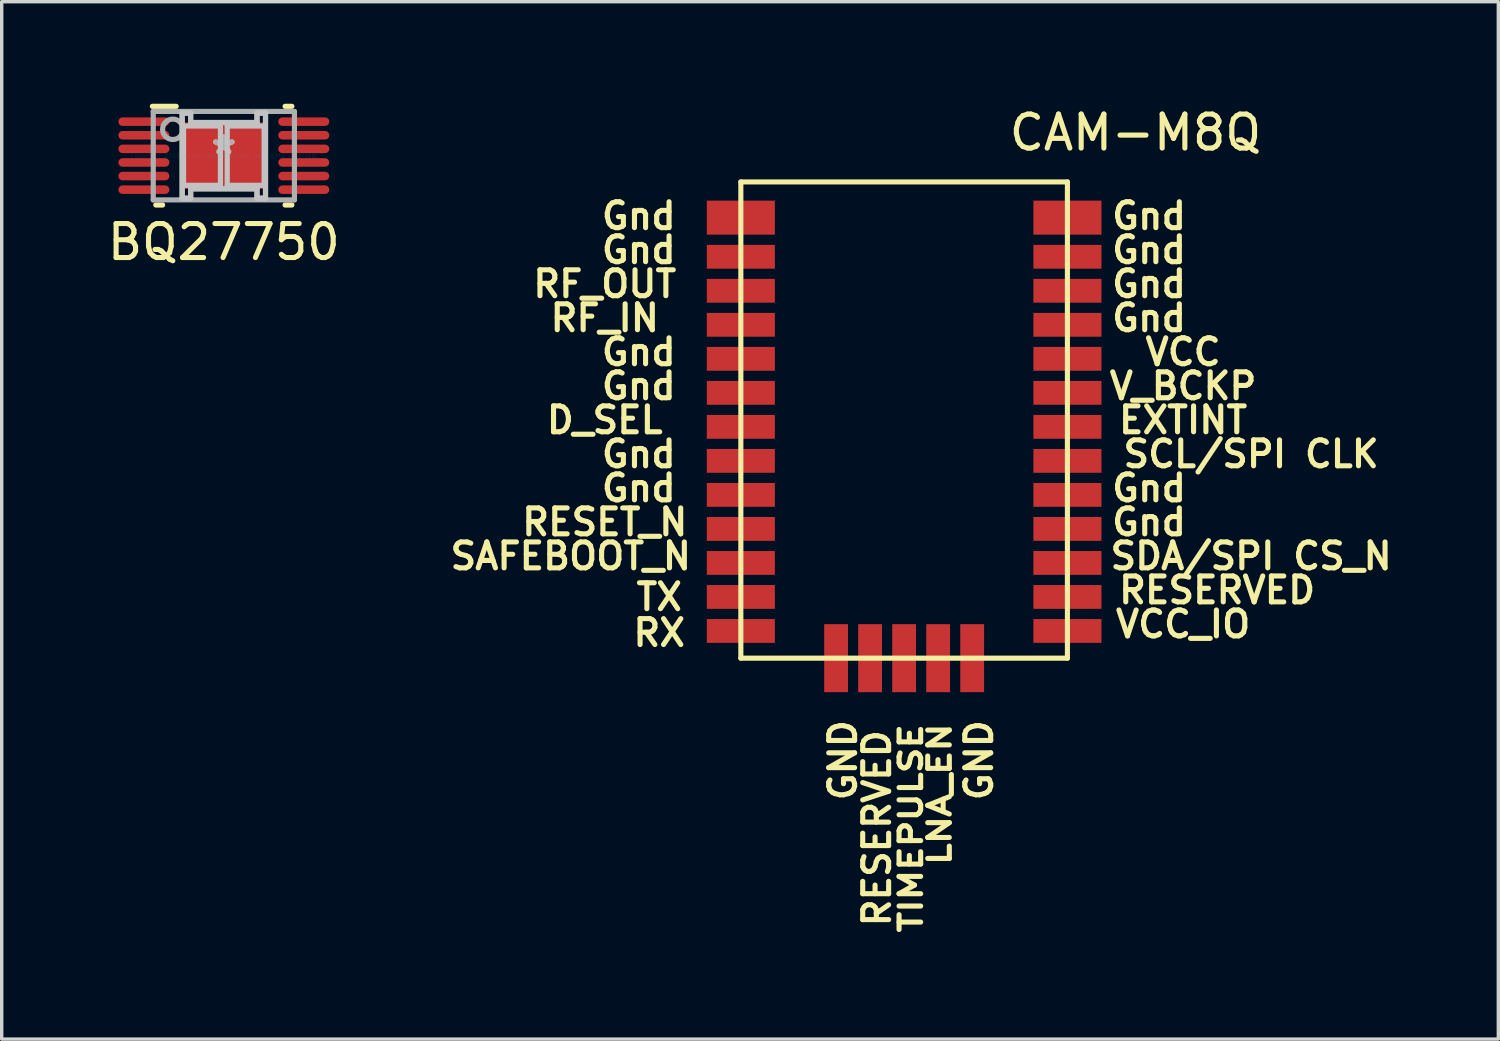
<source format=kicad_pcb>
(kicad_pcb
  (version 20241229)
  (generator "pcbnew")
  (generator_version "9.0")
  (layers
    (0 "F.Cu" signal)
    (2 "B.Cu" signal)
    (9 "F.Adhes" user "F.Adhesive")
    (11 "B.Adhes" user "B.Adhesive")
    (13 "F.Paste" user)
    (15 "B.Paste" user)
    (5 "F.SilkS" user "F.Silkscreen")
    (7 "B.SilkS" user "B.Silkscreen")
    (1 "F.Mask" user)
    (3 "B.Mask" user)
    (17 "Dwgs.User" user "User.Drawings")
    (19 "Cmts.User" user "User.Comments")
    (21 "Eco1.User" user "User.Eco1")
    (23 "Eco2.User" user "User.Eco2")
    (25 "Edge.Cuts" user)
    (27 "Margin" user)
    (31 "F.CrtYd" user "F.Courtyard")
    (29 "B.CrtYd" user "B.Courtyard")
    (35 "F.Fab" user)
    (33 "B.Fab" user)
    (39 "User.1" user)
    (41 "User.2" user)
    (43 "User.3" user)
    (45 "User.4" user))
  (footprint "BQ27750"
    (layer "F.Cu")
    (at 3.53 1.526)
    (property "Reference" "BQ27750" (at 0 2.54 0) (layer "F.SilkS") (effects (font (size 1 1) (thickness 0.15))))
    (attr through_hole)
    (fp_line (start -2.1 -1.45) (end -1.4 -1.45) (stroke (width 0.152) (type solid)) (layer "F.SilkS"))
    (fp_line (start -2 1.45) (end -1.8 1.45) (stroke (width 0.152) (type solid)) (layer "F.SilkS"))
    (fp_line (start 1.8 -1.45) (end 2 -1.45) (stroke (width 0.152) (type solid)) (layer "F.SilkS"))
    (fp_line (start 1.8 1.45) (end 2 1.45) (stroke (width 0.152) (type solid)) (layer "F.SilkS"))
    (fp_line (start -1.225 -1.25) (end -0.975 -1.25) (stroke (width 0.152) (type solid)) (layer "Dwgs.User"))
    (fp_line (start -1.225 -1.25) (end -0.975 -1.25) (stroke (width 0.152) (type solid)) (layer "Dwgs.User"))
    (fp_line (start -1.225 1.25) (end -1.225 -1.25) (stroke (width 0.152) (type solid)) (layer "Dwgs.User"))
    (fp_line (start -1.225 1.25) (end -1.225 -1.25) (stroke (width 0.152) (type solid)) (layer "Dwgs.User"))
    (fp_line (start -1.184 -0.872) (end -1.184 0.872) (stroke (width 0.152) (type solid)) (layer "Dwgs.User"))
    (fp_line (start -1.184 0.872) (end -0.1 0.872) (stroke (width 0.152) (type solid)) (layer "Dwgs.User"))
    (fp_line (start -0.975 -1.25) (end -0.975 -0.975) (stroke (width 0.152) (type solid)) (layer "Dwgs.User"))
    (fp_line (start -0.975 -1.25) (end -0.975 -0.975) (stroke (width 0.152) (type solid)) (layer "Dwgs.User"))
    (fp_line (start -0.975 -0.975) (end 0.975 -0.975) (stroke (width 0.152) (type solid)) (layer "Dwgs.User"))
    (fp_line (start -0.975 -0.975) (end 0.975 -0.975) (stroke (width 0.152) (type solid)) (layer "Dwgs.User"))
    (fp_line (start -0.975 0.975) (end -0.975 1.25) (stroke (width 0.152) (type solid)) (layer "Dwgs.User"))
    (fp_line (start -0.975 0.975) (end -0.975 1.25) (stroke (width 0.152) (type solid)) (layer "Dwgs.User"))
    (fp_line (start -0.975 1.25) (end -1.225 1.25) (stroke (width 0.152) (type solid)) (layer "Dwgs.User"))
    (fp_line (start -0.975 1.25) (end -1.225 1.25) (stroke (width 0.152) (type solid)) (layer "Dwgs.User"))
    (fp_line (start -0.1 -0.872) (end -1.184 -0.872) (stroke (width 0.152) (type solid)) (layer "Dwgs.User"))
    (fp_line (start -0.1 0.872) (end -0.1 -0.872) (stroke (width 0.152) (type solid)) (layer "Dwgs.User"))
    (fp_line (start 0.1 -0.872) (end 0.1 0.872) (stroke (width 0.152) (type solid)) (layer "Dwgs.User"))
    (fp_line (start 0.1 0.872) (end 1.184 0.872) (stroke (width 0.152) (type solid)) (layer "Dwgs.User"))
    (fp_line (start 0.975 -1.25) (end 1.225 -1.25) (stroke (width 0.152) (type solid)) (layer "Dwgs.User"))
    (fp_line (start 0.975 -1.25) (end 1.225 -1.25) (stroke (width 0.152) (type solid)) (layer "Dwgs.User"))
    (fp_line (start 0.975 -0.975) (end 0.975 -1.25) (stroke (width 0.152) (type solid)) (layer "Dwgs.User"))
    (fp_line (start 0.975 -0.975) (end 0.975 -1.25) (stroke (width 0.152) (type solid)) (layer "Dwgs.User"))
    (fp_line (start 0.975 0.975) (end -0.975 0.975) (stroke (width 0.152) (type solid)) (layer "Dwgs.User"))
    (fp_line (start 0.975 0.975) (end -0.975 0.975) (stroke (width 0.152) (type solid)) (layer "Dwgs.User"))
    (fp_line (start 0.975 1.25) (end 0.975 0.975) (stroke (width 0.152) (type solid)) (layer "Dwgs.User"))
    (fp_line (start 0.975 1.25) (end 0.975 0.975) (stroke (width 0.152) (type solid)) (layer "Dwgs.User"))
    (fp_line (start 1.184 -0.872) (end 0.1 -0.872) (stroke (width 0.152) (type solid)) (layer "Dwgs.User"))
    (fp_line (start 1.184 0.872) (end 1.184 -0.872) (stroke (width 0.152) (type solid)) (layer "Dwgs.User"))
    (fp_line (start 1.225 -1.25) (end 1.225 1.25) (stroke (width 0.152) (type solid)) (layer "Dwgs.User"))
    (fp_line (start 1.225 -1.25) (end 1.225 1.25) (stroke (width 0.152) (type solid)) (layer "Dwgs.User"))
    (fp_line (start 1.225 1.25) (end 0.975 1.25) (stroke (width 0.152) (type solid)) (layer "Dwgs.User"))
    (fp_line (start 1.225 1.25) (end 0.975 1.25) (stroke (width 0.152) (type solid)) (layer "Dwgs.User"))
    (fp_line (start -2.075 -1.3) (end 2.075 -1.3) (stroke (width 0.152) (type solid)) (layer "F.Fab"))
    (fp_line (start -2.075 1.3) (end -2.075 -1.3) (stroke (width 0.152) (type solid)) (layer "F.Fab"))
    (fp_line (start -2.075 1.3) (end 2.075 1.3) (stroke (width 0.152) (type solid)) (layer "F.Fab"))
    (fp_line (start 2.075 1.3) (end 2.075 -1.3) (stroke (width 0.152) (type solid)) (layer "F.Fab"))
    (fp_circle (center -1.5 -0.775) (end -1.2 -0.775) (stroke (width 0.152) (type solid)) (fill no) (layer "F.Fab"))
    (fp_text user "*" (at 0 0 0) (layer "F.SilkS") (effects (font (size 1 1) (thickness 0.15))))
    (fp_text user "Copyright 2016 Accelerated Designs. All rights reserved." (at 0 0 0) (layer "Cmts.User") (effects (font (size 0.127 0.127) (thickness 0.002))))
    (fp_text user "*" (at 0 0 0) (layer "F.Fab") (effects (font (size 1 1) (thickness 0.15))))
    (pad "1" smd oval (at -2.35 -1 90) (size 0.25 1.5) (layers "F.Cu" "F.Mask" "F.Paste"))
    (pad "2" smd oval (at -2.35 -0.6 90) (size 0.25 1.5) (layers "F.Cu" "F.Mask" "F.Paste"))
    (pad "3" smd oval (at -2.35 -0.2 90) (size 0.25 1.5) (layers "F.Cu" "F.Mask" "F.Paste"))
    (pad "4" smd oval (at -2.35 0.2 90) (size 0.25 1.5) (layers "F.Cu" "F.Mask" "F.Paste"))
    (pad "5" smd oval (at -2.35 0.6 90) (size 0.25 1.5) (layers "F.Cu" "F.Mask" "F.Paste"))
    (pad "6" smd oval (at -2.35 1 90) (size 0.25 1.5) (layers "F.Cu" "F.Mask" "F.Paste"))
    (pad "7" smd oval (at 2.35 1 90) (size 0.25 1.5) (layers "F.Cu" "F.Mask" "F.Paste"))
    (pad "8" smd oval (at 2.35 0.6 90) (size 0.25 1.5) (layers "F.Cu" "F.Mask" "F.Paste"))
    (pad "9" smd oval (at 2.35 0.2 90) (size 0.25 1.5) (layers "F.Cu" "F.Mask" "F.Paste"))
    (pad "10" smd oval (at 2.35 -0.2 90) (size 0.25 1.5) (layers "F.Cu" "F.Mask" "F.Paste"))
    (pad "11" smd oval (at 2.35 -0.6 90) (size 0.25 1.5) (layers "F.Cu" "F.Mask" "F.Paste"))
    (pad "12" smd oval (at 2.35 -1 90) (size 0.25 1.5) (layers "F.Cu" "F.Mask" "F.Paste"))
    (pad "13" smd rect (at 0 -0.000003) (size 2.45 1.95) (layers "F.Cu" "F.Mask" "F.Paste")))
  (footprint "CAM-M8Q"
    (layer "F.Cu")
    (at 18.728 2.298)
    (property "Reference" "CAM-M8Q" (at 11.6 -1.45 0) (layer "F.SilkS") (effects (font (size 1 1) (thickness 0.15))))
    (attr through_hole)
    (fp_line (start 0 0) (end 0 14) (stroke (width 0.15) (type solid)) (layer "F.SilkS"))
    (fp_line (start 0 0) (end 9.6 0) (stroke (width 0.15) (type solid)) (layer "F.SilkS"))
    (fp_line (start 0 14) (end 9.6 14) (stroke (width 0.15) (type solid)) (layer "F.SilkS"))
    (fp_line (start 9.6 14) (end 9.6 0) (stroke (width 0.15) (type solid)) (layer "F.SilkS"))
    (fp_text user "TX" (at -2.4 12.2 0) (layer "F.SilkS") (effects (font (size 0.762 0.762) (thickness 0.15))))
    (fp_text user "RESERVED" (at 14 12 0) (layer "F.SilkS") (effects (font (size 0.762 0.762) (thickness 0.15))))
    (fp_text user "D_SEL" (at -4 7 0) (layer "F.SilkS") (effects (font (size 0.762 0.762) (thickness 0.15))))
    (fp_text user "V_BCKP" (at 13 6 0) (layer "F.SilkS") (effects (font (size 0.762 0.762) (thickness 0.15))))
    (fp_text user "RX" (at -2.4 13.254 0) (layer "F.SilkS") (effects (font (size 0.762 0.762) (thickness 0.15))))
    (fp_text user "EXTINT" (at 13 7 0) (layer "F.SilkS") (effects (font (size 0.762 0.762) (thickness 0.15))))
    (fp_text user "VCC_IO" (at 13 13 0) (layer "F.SilkS") (effects (font (size 0.762 0.762) (thickness 0.15))))
    (fp_text user "Gnd" (at -3 1 0) (layer "F.SilkS") (effects (font (size 0.762 0.762) (thickness 0.15))))
    (fp_text user "Gnd" (at 12 1 0) (layer "F.SilkS") (effects (font (size 0.762 0.762) (thickness 0.15))))
    (fp_text user "Gnd" (at 12 2 0) (layer "F.SilkS") (effects (font (size 0.762 0.762) (thickness 0.15))))
    (fp_text user "SAFEBOOT_N" (at -5 11 0) (layer "F.SilkS") (effects (font (size 0.762 0.762) (thickness 0.15))))
    (fp_text user "GND" (at 7 17 90) (layer "F.SilkS") (effects (font (size 0.762 0.762) (thickness 0.15))))
    (fp_text user "TIMEPULSE" (at 5 19 90) (layer "F.SilkS") (effects (font (size 0.635 0.762) (thickness 0.15))))
    (fp_text user "SDA/SPI CS_N" (at 15 11 0) (layer "F.SilkS") (effects (font (size 0.762 0.762) (thickness 0.15))))
    (fp_text user "Gnd" (at -3 8 0) (layer "F.SilkS") (effects (font (size 0.762 0.762) (thickness 0.15))))
    (fp_text user "LNA_EN" (at 5.842 18 90) (layer "F.SilkS") (effects (font (size 0.635 0.762) (thickness 0.15))))
    (fp_text user "GND" (at 3 17 90) (layer "F.SilkS") (effects (font (size 0.762 0.762) (thickness 0.15))))
    (fp_text user "Gnd" (at 12 4 0) (layer "F.SilkS") (effects (font (size 0.762 0.762) (thickness 0.15))))
    (fp_text user "VCC" (at 13 5 0) (layer "F.SilkS") (effects (font (size 0.762 0.762) (thickness 0.15))))
    (fp_text user "Gnd" (at -3 2 0) (layer "F.SilkS") (effects (font (size 0.762 0.762) (thickness 0.15))))
    (fp_text user "Gnd" (at -3 6 0) (layer "F.SilkS") (effects (font (size 0.762 0.762) (thickness 0.15))))
    (fp_text user "Gnd" (at 12 3 0) (layer "F.SilkS") (effects (font (size 0.762 0.762) (thickness 0.15))))
    (fp_text user "RF_OUT" (at -4 3 0) (layer "F.SilkS") (effects (font (size 0.762 0.762) (thickness 0.15))))
    (fp_text user "Gnd" (at 12 9 0) (layer "F.SilkS") (effects (font (size 0.762 0.762) (thickness 0.15))))
    (fp_text user "RESERVED" (at 4 19 90) (layer "F.SilkS") (effects (font (size 0.762 0.762) (thickness 0.15))))
    (fp_text user "Gnd" (at -3 9 0) (layer "F.SilkS") (effects (font (size 0.762 0.762) (thickness 0.15))))
    (fp_text user "Gnd" (at 12 10 0) (layer "F.SilkS") (effects (font (size 0.762 0.762) (thickness 0.15))))
    (fp_text user "SCL/SPI CLK" (at 15 8 0) (layer "F.SilkS") (effects (font (size 0.762 0.762) (thickness 0.15))))
    (fp_text user "RF_IN" (at -4 4 0) (layer "F.SilkS") (effects (font (size 0.762 0.762) (thickness 0.15))))
    (fp_text user "Gnd" (at -3 5 0) (layer "F.SilkS") (effects (font (size 0.762 0.762) (thickness 0.15))))
    (fp_text user "RESET_N" (at -4 10 0) (layer "F.SilkS") (effects (font (size 0.762 0.762) (thickness 0.15))))
    (pad "1" smd rect (at 9.6 13.2) (size 2 0.7) (layers "F.Cu" "F.Mask" "F.Paste"))
    (pad "2" smd rect (at 9.6 12.2) (size 2 0.7) (layers "F.Cu" "F.Mask" "F.Paste"))
    (pad "3" smd rect (at 9.6 11.2) (size 2 0.7) (layers "F.Cu" "F.Mask" "F.Paste"))
    (pad "4" smd rect (at 9.6 10.2) (size 2 0.7) (layers "F.Cu" "F.Mask" "F.Paste"))
    (pad "5" smd rect (at 9.6 9.2) (size 2 0.7) (layers "F.Cu" "F.Mask" "F.Paste"))
    (pad "6" smd rect (at 9.6 8.2) (size 2 0.7) (layers "F.Cu" "F.Mask" "F.Paste"))
    (pad "7" smd rect (at 9.6 7.2) (size 2 0.7) (layers "F.Cu" "F.Mask" "F.Paste"))
    (pad "8" smd rect (at 9.6 6.2) (size 2 0.7) (layers "F.Cu" "F.Mask" "F.Paste"))
    (pad "9" smd rect (at 9.6 5.2) (size 2 0.7) (layers "F.Cu" "F.Mask" "F.Paste"))
    (pad "10" smd rect (at 9.6 4.2) (size 2 0.7) (layers "F.Cu" "F.Mask" "F.Paste"))
    (pad "11" smd rect (at 9.6 3.2) (size 2 0.7) (layers "F.Cu" "F.Mask" "F.Paste"))
    (pad "12" smd rect (at 9.6 2.2) (size 2 0.7) (layers "F.Cu" "F.Mask" "F.Paste"))
    (pad "13" smd rect (at 9.6 1.05) (size 2 1) (layers "F.Cu" "F.Mask" "F.Paste"))
    (pad "14" smd rect (at 0 1.05) (size 2 1) (layers "F.Cu" "F.Mask" "F.Paste"))
    (pad "15" smd rect (at 0 2.2) (size 2 0.7) (layers "F.Cu" "F.Mask" "F.Paste"))
    (pad "16" smd rect (at 0 3.2) (size 2 0.7) (layers "F.Cu" "F.Mask" "F.Paste"))
    (pad "17" smd rect (at 0 4.2) (size 2 0.7) (layers "F.Cu" "F.Mask" "F.Paste"))
    (pad "18" smd rect (at 0 5.2) (size 2 0.7) (layers "F.Cu" "F.Mask" "F.Paste"))
    (pad "19" smd rect (at 0 6.2) (size 2 0.7) (layers "F.Cu" "F.Mask" "F.Paste"))
    (pad "20" smd rect (at 0 7.2) (size 2 0.7) (layers "F.Cu" "F.Mask" "F.Paste"))
    (pad "21" smd rect (at 0 8.2) (size 2 0.7) (layers "F.Cu" "F.Mask" "F.Paste"))
    (pad "22" smd rect (at 0 9.2) (size 2 0.7) (layers "F.Cu" "F.Mask" "F.Paste"))
    (pad "23" smd rect (at 0 10.2) (size 2 0.7) (layers "F.Cu" "F.Mask" "F.Paste"))
    (pad "24" smd rect (at 0 11.2) (size 2 0.7) (layers "F.Cu" "F.Mask" "F.Paste"))
    (pad "25" smd rect (at 0 12.2) (size 2 0.7) (layers "F.Cu" "F.Mask" "F.Paste"))
    (pad "26" smd rect (at 0 13.2) (size 2 0.7) (layers "F.Cu" "F.Mask" "F.Paste"))
    (pad "27" smd rect (at 2.8 14) (size 0.7 2) (layers "F.Cu" "F.Mask" "F.Paste"))
    (pad "28" smd rect (at 3.8 14) (size 0.7 2) (layers "F.Cu" "F.Mask" "F.Paste"))
    (pad "29" smd rect (at 4.8 14) (size 0.7 2) (layers "F.Cu" "F.Mask" "F.Paste"))
    (pad "30" smd rect (at 5.8 14) (size 0.7 2) (layers "F.Cu" "F.Mask" "F.Paste"))
    (pad "31" smd rect (at 6.8 14) (size 0.7 2) (layers "F.Cu" "F.Mask" "F.Paste")))
  (gr_rect
    (start -3 -3)
    (end 40.995 27.495)
    (stroke (width 0.1) (type default))
    (fill no)
    (layer "Edge.Cuts")))
</source>
